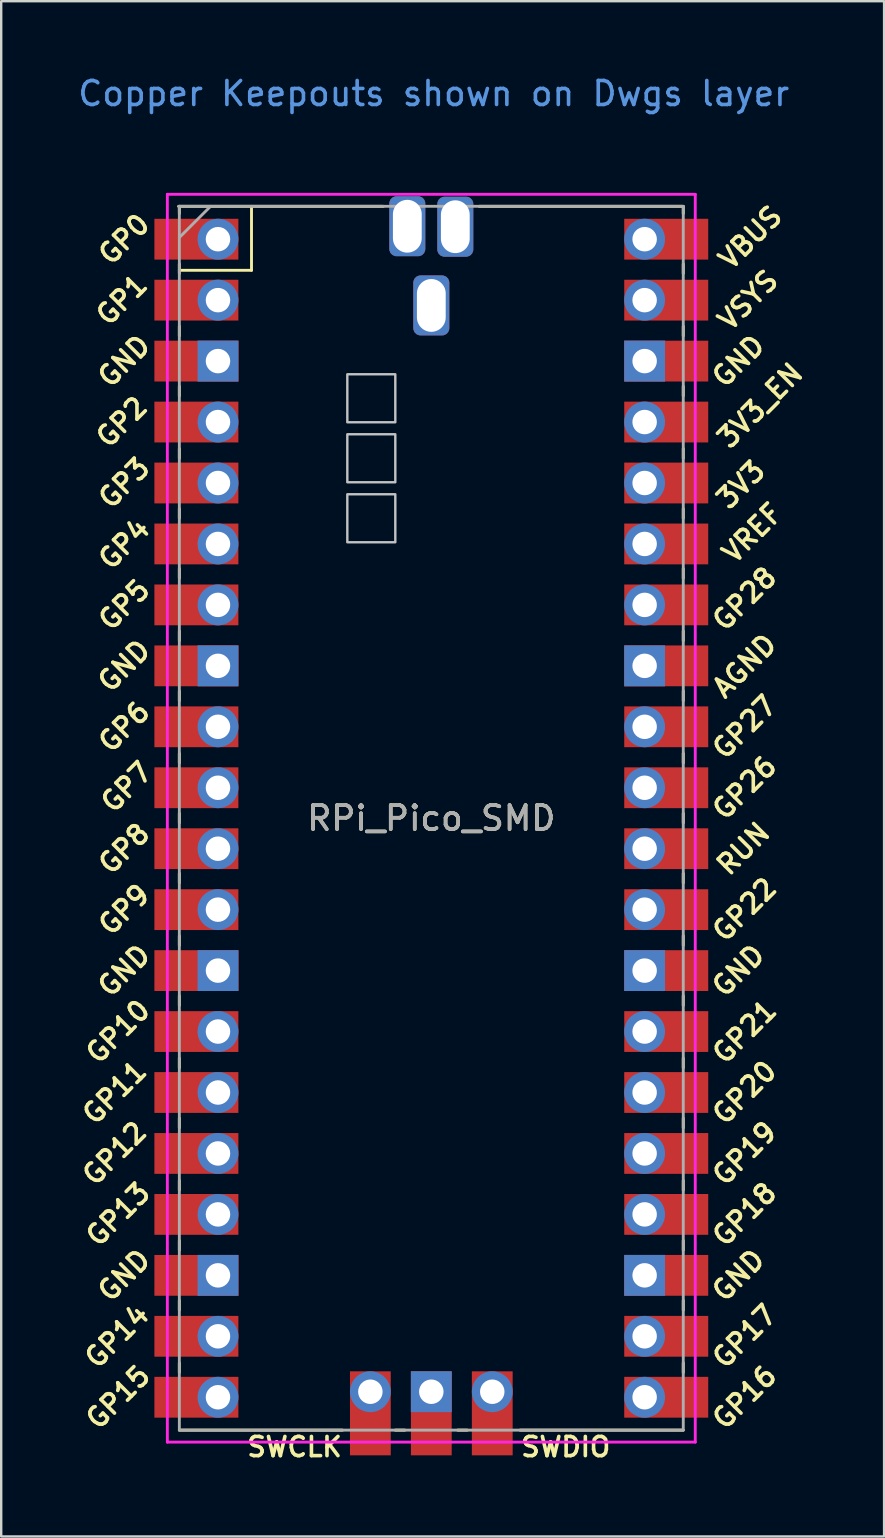
<source format=kicad_pcb>
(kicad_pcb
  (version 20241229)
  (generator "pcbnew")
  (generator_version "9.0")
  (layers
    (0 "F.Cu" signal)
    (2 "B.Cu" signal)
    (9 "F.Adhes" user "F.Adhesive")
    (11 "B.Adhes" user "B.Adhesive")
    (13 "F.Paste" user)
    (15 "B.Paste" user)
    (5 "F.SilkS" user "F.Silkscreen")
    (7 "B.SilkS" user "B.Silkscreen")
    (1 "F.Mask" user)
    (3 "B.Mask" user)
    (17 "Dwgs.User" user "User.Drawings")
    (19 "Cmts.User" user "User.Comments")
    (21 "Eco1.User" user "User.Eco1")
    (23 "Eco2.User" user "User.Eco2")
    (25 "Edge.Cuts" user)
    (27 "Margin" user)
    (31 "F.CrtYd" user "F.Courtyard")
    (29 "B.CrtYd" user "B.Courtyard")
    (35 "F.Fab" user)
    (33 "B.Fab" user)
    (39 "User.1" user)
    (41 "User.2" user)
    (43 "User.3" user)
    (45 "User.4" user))
  (footprint "RPi_Pico_SMD"
    (layer "F.Cu")
    (at 14.924 31.048)
    (property "Reference" "RPi_Pico_SMD" (at 0 0 0) (layer "F.SilkS") (effects (font (size 1 1) (thickness 0.15))))
    (attr through_hole)
    (fp_line (start -10.5 -25.5) (end -10.5 -25.2) (stroke (width 0.12) (type solid)) (layer "F.SilkS"))
    (fp_line (start -10.5 -23.1) (end -10.5 -22.7) (stroke (width 0.12) (type solid)) (layer "F.SilkS"))
    (fp_line (start -10.5 -22.833) (end -7.493 -22.833) (stroke (width 0.12) (type solid)) (layer "F.SilkS"))
    (fp_line (start -10.5 -20.5) (end -10.5 -20.1) (stroke (width 0.12) (type solid)) (layer "F.SilkS"))
    (fp_line (start -10.5 -18) (end -10.5 -17.6) (stroke (width 0.12) (type solid)) (layer "F.SilkS"))
    (fp_line (start -10.5 -15.4) (end -10.5 -15) (stroke (width 0.12) (type solid)) (layer "F.SilkS"))
    (fp_line (start -10.5 -12.9) (end -10.5 -12.5) (stroke (width 0.12) (type solid)) (layer "F.SilkS"))
    (fp_line (start -10.5 -10.4) (end -10.5 -10) (stroke (width 0.12) (type solid)) (layer "F.SilkS"))
    (fp_line (start -10.5 -7.8) (end -10.5 -7.4) (stroke (width 0.12) (type solid)) (layer "F.SilkS"))
    (fp_line (start -10.5 -5.3) (end -10.5 -4.9) (stroke (width 0.12) (type solid)) (layer "F.SilkS"))
    (fp_line (start -10.5 -2.7) (end -10.5 -2.3) (stroke (width 0.12) (type solid)) (layer "F.SilkS"))
    (fp_line (start -10.5 -0.2) (end -10.5 0.2) (stroke (width 0.12) (type solid)) (layer "F.SilkS"))
    (fp_line (start -10.5 2.3) (end -10.5 2.7) (stroke (width 0.12) (type solid)) (layer "F.SilkS"))
    (fp_line (start -10.5 4.9) (end -10.5 5.3) (stroke (width 0.12) (type solid)) (layer "F.SilkS"))
    (fp_line (start -10.5 7.4) (end -10.5 7.8) (stroke (width 0.12) (type solid)) (layer "F.SilkS"))
    (fp_line (start -10.5 10) (end -10.5 10.4) (stroke (width 0.12) (type solid)) (layer "F.SilkS"))
    (fp_line (start -10.5 12.5) (end -10.5 12.9) (stroke (width 0.12) (type solid)) (layer "F.SilkS"))
    (fp_line (start -10.5 15.1) (end -10.5 15.5) (stroke (width 0.12) (type solid)) (layer "F.SilkS"))
    (fp_line (start -10.5 17.6) (end -10.5 18) (stroke (width 0.12) (type solid)) (layer "F.SilkS"))
    (fp_line (start -10.5 20.1) (end -10.5 20.5) (stroke (width 0.12) (type solid)) (layer "F.SilkS"))
    (fp_line (start -10.5 22.7) (end -10.5 23.1) (stroke (width 0.12) (type solid)) (layer "F.SilkS"))
    (fp_line (start -7.493 -22.833) (end -7.493 -25.5) (stroke (width 0.12) (type solid)) (layer "F.SilkS"))
    (fp_line (start -3.7 25.5) (end -10.5 25.5) (stroke (width 0.12) (type solid)) (layer "F.SilkS"))
    (fp_line (start -2 -25.5) (end -10.53 -25.5) (stroke (width 0.12) (type solid)) (layer "F.SilkS"))
    (fp_line (start -1.5 25.5) (end -1.1 25.5) (stroke (width 0.12) (type solid)) (layer "F.SilkS"))
    (fp_line (start 1.1 25.5) (end 1.5 25.5) (stroke (width 0.12) (type solid)) (layer "F.SilkS"))
    (fp_line (start 10.47 -25.5) (end 2 -25.5) (stroke (width 0.12) (type solid)) (layer "F.SilkS"))
    (fp_line (start 10.5 -25.5) (end 10.5 -25.2) (stroke (width 0.12) (type solid)) (layer "F.SilkS"))
    (fp_line (start 10.5 -23.1) (end 10.5 -22.7) (stroke (width 0.12) (type solid)) (layer "F.SilkS"))
    (fp_line (start 10.5 -20.5) (end 10.5 -20.1) (stroke (width 0.12) (type solid)) (layer "F.SilkS"))
    (fp_line (start 10.5 -18) (end 10.5 -17.6) (stroke (width 0.12) (type solid)) (layer "F.SilkS"))
    (fp_line (start 10.5 -15.4) (end 10.5 -15) (stroke (width 0.12) (type solid)) (layer "F.SilkS"))
    (fp_line (start 10.5 -12.9) (end 10.5 -12.5) (stroke (width 0.12) (type solid)) (layer "F.SilkS"))
    (fp_line (start 10.5 -10.4) (end 10.5 -10) (stroke (width 0.12) (type solid)) (layer "F.SilkS"))
    (fp_line (start 10.5 -7.8) (end 10.5 -7.4) (stroke (width 0.12) (type solid)) (layer "F.SilkS"))
    (fp_line (start 10.5 -5.3) (end 10.5 -4.9) (stroke (width 0.12) (type solid)) (layer "F.SilkS"))
    (fp_line (start 10.5 -2.7) (end 10.5 -2.3) (stroke (width 0.12) (type solid)) (layer "F.SilkS"))
    (fp_line (start 10.5 -0.2) (end 10.5 0.2) (stroke (width 0.12) (type solid)) (layer "F.SilkS"))
    (fp_line (start 10.5 2.3) (end 10.5 2.7) (stroke (width 0.12) (type solid)) (layer "F.SilkS"))
    (fp_line (start 10.5 4.9) (end 10.5 5.3) (stroke (width 0.12) (type solid)) (layer "F.SilkS"))
    (fp_line (start 10.5 7.4) (end 10.5 7.8) (stroke (width 0.12) (type solid)) (layer "F.SilkS"))
    (fp_line (start 10.5 10) (end 10.5 10.4) (stroke (width 0.12) (type solid)) (layer "F.SilkS"))
    (fp_line (start 10.5 12.5) (end 10.5 12.9) (stroke (width 0.12) (type solid)) (layer "F.SilkS"))
    (fp_line (start 10.5 15.1) (end 10.5 15.5) (stroke (width 0.12) (type solid)) (layer "F.SilkS"))
    (fp_line (start 10.5 17.6) (end 10.5 18) (stroke (width 0.12) (type solid)) (layer "F.SilkS"))
    (fp_line (start 10.5 20.1) (end 10.5 20.5) (stroke (width 0.12) (type solid)) (layer "F.SilkS"))
    (fp_line (start 10.5 22.7) (end 10.5 23.1) (stroke (width 0.12) (type solid)) (layer "F.SilkS"))
    (fp_line (start 10.5 25.5) (end 3.7 25.5) (stroke (width 0.12) (type solid)) (layer "F.SilkS"))
    (fp_poly (pts (xy -1.5 -16.5) (xy -3.5 -16.5) (xy -3.5 -18.5) (xy -1.5 -18.5)) (stroke (width 0.1) (type solid)) (fill no) (layer "Dwgs.User"))
    (fp_poly (pts (xy -1.5 -14) (xy -3.5 -14) (xy -3.5 -16) (xy -1.5 -16)) (stroke (width 0.1) (type solid)) (fill no) (layer "Dwgs.User"))
    (fp_poly (pts (xy -1.5 -11.5) (xy -3.5 -11.5) (xy -3.5 -13.5) (xy -1.5 -13.5)) (stroke (width 0.1) (type solid)) (fill no) (layer "Dwgs.User"))
    (fp_line (start -11 -26) (end 11 -26) (stroke (width 0.12) (type solid)) (layer "F.CrtYd"))
    (fp_line (start -11 26) (end -11 -26) (stroke (width 0.12) (type solid)) (layer "F.CrtYd"))
    (fp_line (start 11 -26) (end 11 26) (stroke (width 0.12) (type solid)) (layer "F.CrtYd"))
    (fp_line (start 11 26) (end -11 26) (stroke (width 0.12) (type solid)) (layer "F.CrtYd"))
    (fp_line (start -10.5 -25.5) (end 10.5 -25.5) (stroke (width 0.12) (type solid)) (layer "F.Fab"))
    (fp_line (start -10.5 -24.2) (end -9.2 -25.5) (stroke (width 0.12) (type solid)) (layer "F.Fab"))
    (fp_line (start -10.5 25.5) (end -10.5 -25.5) (stroke (width 0.12) (type solid)) (layer "F.Fab"))
    (fp_line (start 10.5 -25.5) (end 10.5 25.5) (stroke (width 0.12) (type solid)) (layer "F.Fab"))
    (fp_line (start 10.5 25.5) (end -10.5 25.5) (stroke (width 0.12) (type solid)) (layer "F.Fab"))
    (fp_text user "GP2" (at -12.9 -16.51 45) (layer "F.SilkS") (effects (font (size 0.8 0.8) (thickness 0.15))))
    (fp_text user "GP20" (at 13.054 11.43 45) (layer "F.SilkS") (effects (font (size 0.8 0.8) (thickness 0.15))))
    (fp_text user "GND" (at -12.8 19.05 45) (layer "F.SilkS") (effects (font (size 0.8 0.8) (thickness 0.15))))
    (fp_text user "GP22" (at 13.054 3.81 45) (layer "F.SilkS") (effects (font (size 0.8 0.8) (thickness 0.15))))
    (fp_text user "RUN" (at 13 1.27 45) (layer "F.SilkS") (effects (font (size 0.8 0.8) (thickness 0.15))))
    (fp_text user "GP21" (at 13.054 8.9 45) (layer "F.SilkS") (effects (font (size 0.8 0.8) (thickness 0.15))))
    (fp_text user "VREF" (at 13.375 -11.889 45) (layer "F.SilkS") (effects (font (size 0.8 0.8) (thickness 0.15))))
    (fp_text user "SWDIO" (at 5.6 26.2 0) (layer "F.SilkS") (effects (font (size 0.8 0.8) (thickness 0.15))))
    (fp_text user "GP4" (at -12.8 -11.43 45) (layer "F.SilkS") (effects (font (size 0.8 0.8) (thickness 0.15))))
    (fp_text user "GP12" (at -13.2 13.97 45) (layer "F.SilkS") (effects (font (size 0.8 0.8) (thickness 0.15))))
    (fp_text user "GND" (at -12.8 -19.05 45) (layer "F.SilkS") (effects (font (size 0.8 0.8) (thickness 0.15))))
    (fp_text user "GP18" (at 13.054 16.51 45) (layer "F.SilkS") (effects (font (size 0.8 0.8) (thickness 0.15))))
    (fp_text user "GP26" (at 13.054 -1.27 45) (layer "F.SilkS") (effects (font (size 0.8 0.8) (thickness 0.15))))
    (fp_text user "VSYS" (at 13.2 -21.59 45) (layer "F.SilkS") (effects (font (size 0.8 0.8) (thickness 0.15))))
    (fp_text user "GP5" (at -12.8 -8.89 45) (layer "F.SilkS") (effects (font (size 0.8 0.8) (thickness 0.15))))
    (fp_text user "GND" (at 12.8 19.05 45) (layer "F.SilkS") (effects (font (size 0.8 0.8) (thickness 0.15))))
    (fp_text user "GP7" (at -12.7 -1.3 45) (layer "F.SilkS") (effects (font (size 0.8 0.8) (thickness 0.15))))
    (fp_text user "GP0" (at -12.8 -24.13 45) (layer "F.SilkS") (effects (font (size 0.8 0.8) (thickness 0.15))))
    (fp_text user "GP10" (at -13.054 8.89 45) (layer "F.SilkS") (effects (font (size 0.8 0.8) (thickness 0.15))))
    (fp_text user "3V3_EN" (at 13.7 -17.2 45) (layer "F.SilkS") (effects (font (size 0.8 0.8) (thickness 0.15))))
    (fp_text user "GND" (at 12.8 -19.05 45) (layer "F.SilkS") (effects (font (size 0.8 0.8) (thickness 0.15))))
    (fp_text user "GP19" (at 13.054 13.97 45) (layer "F.SilkS") (effects (font (size 0.8 0.8) (thickness 0.15))))
    (fp_text user "GND" (at 12.8 6.35 45) (layer "F.SilkS") (effects (font (size 0.8 0.8) (thickness 0.15))))
    (fp_text user "GP6" (at -12.8 -3.81 45) (layer "F.SilkS") (effects (font (size 0.8 0.8) (thickness 0.15))))
    (fp_text user "3V3" (at 12.9 -13.9 45) (layer "F.SilkS") (effects (font (size 0.8 0.8) (thickness 0.15))))
    (fp_text user "GND" (at -12.8 -6.35 45) (layer "F.SilkS") (effects (font (size 0.8 0.8) (thickness 0.15))))
    (fp_text user "AGND" (at 13.054 -6.35 45) (layer "F.SilkS") (effects (font (size 0.8 0.8) (thickness 0.15))))
    (fp_text user "GP15" (at -13.054 24.13 45) (layer "F.SilkS") (effects (font (size 0.8 0.8) (thickness 0.15))))
    (fp_text user "GND" (at -12.8 6.35 45) (layer "F.SilkS") (effects (font (size 0.8 0.8) (thickness 0.15))))
    (fp_text user "GP8" (at -12.8 1.27 45) (layer "F.SilkS") (effects (font (size 0.8 0.8) (thickness 0.15))))
    (fp_text user "GP27" (at 13.054 -3.8 45) (layer "F.SilkS") (effects (font (size 0.8 0.8) (thickness 0.15))))
    (fp_text user "GP1" (at -12.9 -21.6 45) (layer "F.SilkS") (effects (font (size 0.8 0.8) (thickness 0.15))))
    (fp_text user "GP17" (at 13.054 21.59 45) (layer "F.SilkS") (effects (font (size 0.8 0.8) (thickness 0.15))))
    (fp_text user "GP11" (at -13.2 11.43 45) (layer "F.SilkS") (effects (font (size 0.8 0.8) (thickness 0.15))))
    (fp_text user "GP28" (at 13.054 -9.144 45) (layer "F.SilkS") (effects (font (size 0.8 0.8) (thickness 0.15))))
    (fp_text user "GP3" (at -12.8 -13.97 45) (layer "F.SilkS") (effects (font (size 0.8 0.8) (thickness 0.15))))
    (fp_text user "VBUS" (at 13.3 -24.2 45) (layer "F.SilkS") (effects (font (size 0.8 0.8) (thickness 0.15))))
    (fp_text user "GP9" (at -12.8 3.81 45) (layer "F.SilkS") (effects (font (size 0.8 0.8) (thickness 0.15))))
    (fp_text user "GP16" (at 13.054 24.13 45) (layer "F.SilkS") (effects (font (size 0.8 0.8) (thickness 0.15))))
    (fp_text user "GP14" (at -13.1 21.59 45) (layer "F.SilkS") (effects (font (size 0.8 0.8) (thickness 0.15))))
    (fp_text user "SWCLK" (at -5.7 26.2 0) (layer "F.SilkS") (effects (font (size 0.8 0.8) (thickness 0.15))))
    (fp_text user "GP13" (at -13.054 16.51 45) (layer "F.SilkS") (effects (font (size 0.8 0.8) (thickness 0.15))))
    (fp_text user "Copper Keepouts shown on Dwgs layer" (at 0.1 -30.2 0) (layer "Cmts.User") (effects (font (size 1 1) (thickness 0.15))))
    (fp_text user "${REFERENCE}" (at 0 0 180) (layer "F.Fab") (effects (font (size 1 1) (thickness 0.15))))
    (pad "1" thru_hole oval (at -8.89 -24.13) (size 1.7 1.7) (drill 1.02) (layers "*.Cu" "*.Mask"))
    (pad "1" smd rect (at -8.89 -24.13) (size 3.5 1.7) (drill (offset -0.9 0)) (layers "F.Cu" "F.Mask"))
    (pad "2" thru_hole oval (at -8.89 -21.59) (size 1.7 1.7) (drill 1.02) (layers "*.Cu" "*.Mask"))
    (pad "2" smd rect (at -8.89 -21.59) (size 3.5 1.7) (drill (offset -0.9 0)) (layers "F.Cu" "F.Mask"))
    (pad "3" thru_hole rect (at -8.89 -19.05) (size 1.7 1.7) (drill 1.02) (layers "*.Cu" "*.Mask"))
    (pad "3" smd rect (at -8.89 -19.05) (size 3.5 1.7) (drill (offset -0.9 0)) (layers "F.Cu" "F.Mask"))
    (pad "4" thru_hole oval (at -8.89 -16.51) (size 1.7 1.7) (drill 1.02) (layers "*.Cu" "*.Mask"))
    (pad "4" smd rect (at -8.89 -16.51) (size 3.5 1.7) (drill (offset -0.9 0)) (layers "F.Cu" "F.Mask"))
    (pad "5" thru_hole oval (at -8.89 -13.97) (size 1.7 1.7) (drill 1.02) (layers "*.Cu" "*.Mask"))
    (pad "5" smd rect (at -8.89 -13.97) (size 3.5 1.7) (drill (offset -0.9 0)) (layers "F.Cu" "F.Mask"))
    (pad "6" thru_hole oval (at -8.89 -11.43) (size 1.7 1.7) (drill 1.02) (layers "*.Cu" "*.Mask"))
    (pad "6" smd rect (at -8.89 -11.43) (size 3.5 1.7) (drill (offset -0.9 0)) (layers "F.Cu" "F.Mask"))
    (pad "7" thru_hole oval (at -8.89 -8.89) (size 1.7 1.7) (drill 1.02) (layers "*.Cu" "*.Mask"))
    (pad "7" smd rect (at -8.89 -8.89) (size 3.5 1.7) (drill (offset -0.9 0)) (layers "F.Cu" "F.Mask"))
    (pad "8" thru_hole rect (at -8.89 -6.35) (size 1.7 1.7) (drill 1.02) (layers "*.Cu" "*.Mask"))
    (pad "8" smd rect (at -8.89 -6.35) (size 3.5 1.7) (drill (offset -0.9 0)) (layers "F.Cu" "F.Mask"))
    (pad "9" thru_hole oval (at -8.89 -3.81) (size 1.7 1.7) (drill 1.02) (layers "*.Cu" "*.Mask"))
    (pad "9" smd rect (at -8.89 -3.81) (size 3.5 1.7) (drill (offset -0.9 0)) (layers "F.Cu" "F.Mask"))
    (pad "10" thru_hole oval (at -8.89 -1.27) (size 1.7 1.7) (drill 1.02) (layers "*.Cu" "*.Mask"))
    (pad "10" smd rect (at -8.89 -1.27) (size 3.5 1.7) (drill (offset -0.9 0)) (layers "F.Cu" "F.Mask"))
    (pad "11" thru_hole oval (at -8.89 1.27) (size 1.7 1.7) (drill 1.02) (layers "*.Cu" "*.Mask"))
    (pad "11" smd rect (at -8.89 1.27) (size 3.5 1.7) (drill (offset -0.9 0)) (layers "F.Cu" "F.Mask"))
    (pad "12" thru_hole oval (at -8.89 3.81) (size 1.7 1.7) (drill 1.02) (layers "*.Cu" "*.Mask"))
    (pad "12" smd rect (at -8.89 3.81) (size 3.5 1.7) (drill (offset -0.9 0)) (layers "F.Cu" "F.Mask"))
    (pad "13" thru_hole rect (at -8.89 6.35) (size 1.7 1.7) (drill 1.02) (layers "*.Cu" "*.Mask"))
    (pad "13" smd rect (at -8.89 6.35) (size 3.5 1.7) (drill (offset -0.9 0)) (layers "F.Cu" "F.Mask"))
    (pad "14" thru_hole oval (at -8.89 8.89) (size 1.7 1.7) (drill 1.02) (layers "*.Cu" "*.Mask"))
    (pad "14" smd rect (at -8.89 8.89) (size 3.5 1.7) (drill (offset -0.9 0)) (layers "F.Cu" "F.Mask"))
    (pad "15" thru_hole oval (at -8.89 11.43) (size 1.7 1.7) (drill 1.02) (layers "*.Cu" "*.Mask"))
    (pad "15" smd rect (at -8.89 11.43) (size 3.5 1.7) (drill (offset -0.9 0)) (layers "F.Cu" "F.Mask"))
    (pad "16" thru_hole oval (at -8.89 13.97) (size 1.7 1.7) (drill 1.02) (layers "*.Cu" "*.Mask"))
    (pad "16" smd rect (at -8.89 13.97) (size 3.5 1.7) (drill (offset -0.9 0)) (layers "F.Cu" "F.Mask"))
    (pad "17" thru_hole oval (at -8.89 16.51) (size 1.7 1.7) (drill 1.02) (layers "*.Cu" "*.Mask"))
    (pad "17" smd rect (at -8.89 16.51) (size 3.5 1.7) (drill (offset -0.9 0)) (layers "F.Cu" "F.Mask"))
    (pad "18" thru_hole rect (at -8.89 19.05) (size 1.7 1.7) (drill 1.02) (layers "*.Cu" "*.Mask"))
    (pad "18" smd rect (at -8.89 19.05) (size 3.5 1.7) (drill (offset -0.9 0)) (layers "F.Cu" "F.Mask"))
    (pad "19" thru_hole oval (at -8.89 21.59) (size 1.7 1.7) (drill 1.02) (layers "*.Cu" "*.Mask"))
    (pad "19" smd rect (at -8.89 21.59) (size 3.5 1.7) (drill (offset -0.9 0)) (layers "F.Cu" "F.Mask"))
    (pad "20" thru_hole oval (at -8.89 24.13) (size 1.7 1.7) (drill 1.02) (layers "*.Cu" "*.Mask"))
    (pad "20" smd rect (at -8.89 24.13) (size 3.5 1.7) (drill (offset -0.9 0)) (layers "F.Cu" "F.Mask"))
    (pad "21" thru_hole oval (at 8.89 24.13) (size 1.7 1.7) (drill 1.02) (layers "*.Cu" "*.Mask"))
    (pad "21" smd rect (at 8.89 24.13) (size 3.5 1.7) (drill (offset 0.9 0)) (layers "F.Cu" "F.Mask"))
    (pad "22" thru_hole oval (at 8.89 21.59) (size 1.7 1.7) (drill 1.02) (layers "*.Cu" "*.Mask"))
    (pad "22" smd rect (at 8.89 21.59) (size 3.5 1.7) (drill (offset 0.9 0)) (layers "F.Cu" "F.Mask"))
    (pad "23" thru_hole rect (at 8.89 19.05) (size 1.7 1.7) (drill 1.02) (layers "*.Cu" "*.Mask"))
    (pad "23" smd rect (at 8.89 19.05) (size 3.5 1.7) (drill (offset 0.9 0)) (layers "F.Cu" "F.Mask"))
    (pad "24" thru_hole oval (at 8.89 16.51) (size 1.7 1.7) (drill 1.02) (layers "*.Cu" "*.Mask"))
    (pad "24" smd rect (at 8.89 16.51) (size 3.5 1.7) (drill (offset 0.9 0)) (layers "F.Cu" "F.Mask"))
    (pad "25" thru_hole oval (at 8.89 13.97) (size 1.7 1.7) (drill 1.02) (layers "*.Cu" "*.Mask"))
    (pad "25" smd rect (at 8.89 13.97) (size 3.5 1.7) (drill (offset 0.9 0)) (layers "F.Cu" "F.Mask"))
    (pad "26" thru_hole oval (at 8.89 11.43) (size 1.7 1.7) (drill 1.02) (layers "*.Cu" "*.Mask"))
    (pad "26" smd rect (at 8.89 11.43) (size 3.5 1.7) (drill (offset 0.9 0)) (layers "F.Cu" "F.Mask"))
    (pad "27" thru_hole oval (at 8.89 8.89) (size 1.7 1.7) (drill 1.02) (layers "*.Cu" "*.Mask"))
    (pad "27" smd rect (at 8.89 8.89) (size 3.5 1.7) (drill (offset 0.9 0)) (layers "F.Cu" "F.Mask"))
    (pad "28" thru_hole rect (at 8.89 6.35) (size 1.7 1.7) (drill 1.02) (layers "*.Cu" "*.Mask"))
    (pad "28" smd rect (at 8.89 6.35) (size 3.5 1.7) (drill (offset 0.9 0)) (layers "F.Cu" "F.Mask"))
    (pad "29" thru_hole oval (at 8.89 3.81) (size 1.7 1.7) (drill 1.02) (layers "*.Cu" "*.Mask"))
    (pad "29" smd rect (at 8.89 3.81) (size 3.5 1.7) (drill (offset 0.9 0)) (layers "F.Cu" "F.Mask"))
    (pad "30" thru_hole oval (at 8.89 1.27) (size 1.7 1.7) (drill 1.02) (layers "*.Cu" "*.Mask"))
    (pad "30" smd rect (at 8.89 1.27) (size 3.5 1.7) (drill (offset 0.9 0)) (layers "F.Cu" "F.Mask"))
    (pad "31" thru_hole oval (at 8.89 -1.27) (size 1.7 1.7) (drill 1.02) (layers "*.Cu" "*.Mask"))
    (pad "31" smd rect (at 8.89 -1.27) (size 3.5 1.7) (drill (offset 0.9 0)) (layers "F.Cu" "F.Mask"))
    (pad "32" thru_hole oval (at 8.89 -3.81) (size 1.7 1.7) (drill 1.02) (layers "*.Cu" "*.Mask"))
    (pad "32" smd rect (at 8.89 -3.81) (size 3.5 1.7) (drill (offset 0.9 0)) (layers "F.Cu" "F.Mask"))
    (pad "33" thru_hole rect (at 8.89 -6.35) (size 1.7 1.7) (drill 1.02) (layers "*.Cu" "*.Mask"))
    (pad "33" smd rect (at 8.89 -6.35) (size 3.5 1.7) (drill (offset 0.9 0)) (layers "F.Cu" "F.Mask"))
    (pad "34" thru_hole oval (at 8.89 -8.89) (size 1.7 1.7) (drill 1.02) (layers "*.Cu" "*.Mask"))
    (pad "34" smd rect (at 8.89 -8.89) (size 3.5 1.7) (drill (offset 0.9 0)) (layers "F.Cu" "F.Mask"))
    (pad "35" thru_hole oval (at 8.89 -11.43) (size 1.7 1.7) (drill 1.02) (layers "*.Cu" "*.Mask"))
    (pad "35" smd rect (at 8.89 -11.43) (size 3.5 1.7) (drill (offset 0.9 0)) (layers "F.Cu" "F.Mask"))
    (pad "36" thru_hole oval (at 8.89 -13.97) (size 1.7 1.7) (drill 1.02) (layers "*.Cu" "*.Mask"))
    (pad "36" smd rect (at 8.89 -13.97) (size 3.5 1.7) (drill (offset 0.9 0)) (layers "F.Cu" "F.Mask"))
    (pad "37" thru_hole oval (at 8.89 -16.51) (size 1.7 1.7) (drill 1.02) (layers "*.Cu" "*.Mask"))
    (pad "37" smd rect (at 8.89 -16.51) (size 3.5 1.7) (drill (offset 0.9 0)) (layers "F.Cu" "F.Mask"))
    (pad "38" thru_hole rect (at 8.89 -19.05) (size 1.7 1.7) (drill 1.02) (layers "*.Cu" "*.Mask"))
    (pad "38" smd rect (at 8.89 -19.05) (size 3.5 1.7) (drill (offset 0.9 0)) (layers "F.Cu" "F.Mask"))
    (pad "39" thru_hole oval (at 8.89 -21.59) (size 1.7 1.7) (drill 1.02) (layers "*.Cu" "*.Mask"))
    (pad "39" smd rect (at 8.89 -21.59) (size 3.5 1.7) (drill (offset 0.9 0)) (layers "F.Cu" "F.Mask"))
    (pad "40" thru_hole oval (at 8.89 -24.13) (size 1.7 1.7) (drill 1.02) (layers "*.Cu" "*.Mask"))
    (pad "40" smd rect (at 8.89 -24.13) (size 3.5 1.7) (drill (offset 0.9 0)) (layers "F.Cu" "F.Mask"))
    (pad "41" thru_hole oval (at -2.54 23.9) (size 1.7 1.7) (drill 1.02) (layers "*.Cu" "*.Mask"))
    (pad "41" smd rect (at -2.54 23.9 90) (size 3.5 1.7) (drill (offset -0.9 0)) (layers "F.Cu" "F.Mask"))
    (pad "42" thru_hole rect (at 0 23.9) (size 1.7 1.7) (drill 1.02) (layers "*.Cu" "*.Mask"))
    (pad "42" smd rect (at 0 23.9 90) (size 3.5 1.7) (drill (offset -0.9 0)) (layers "F.Cu" "F.Mask"))
    (pad "43" thru_hole oval (at 2.54 23.9) (size 1.7 1.7) (drill 1.02) (layers "*.Cu" "*.Mask"))
    (pad "43" smd rect (at 2.54 23.9 90) (size 3.5 1.7) (drill (offset -0.9 0)) (layers "F.Cu" "F.Mask"))
    (pad "TP1" thru_hole roundrect (at 0 -21.37) (size 1.5 2.5) (drill oval 1.2 2.2) (layers "*.Cu" "*.Mask") (roundrect_rratio 0.2))
    (pad "TP2" thru_hole roundrect (at 1 -24.65) (size 1.5 2.5) (drill oval 1.2 2.2) (layers "*.Cu" "*.Mask") (roundrect_rratio 0.2))
    (pad "TP3" thru_hole roundrect (at -1 -24.67) (size 1.5 2.5) (drill oval 1.2 2.2) (layers "*.Cu" "*.Mask") (roundrect_rratio 0.2)))
  (gr_rect
    (start -3 -3)
    (end 33.793 60.98)
    (stroke (width 0.1) (type default))
    (fill no)
    (layer "Edge.Cuts")))
</source>
